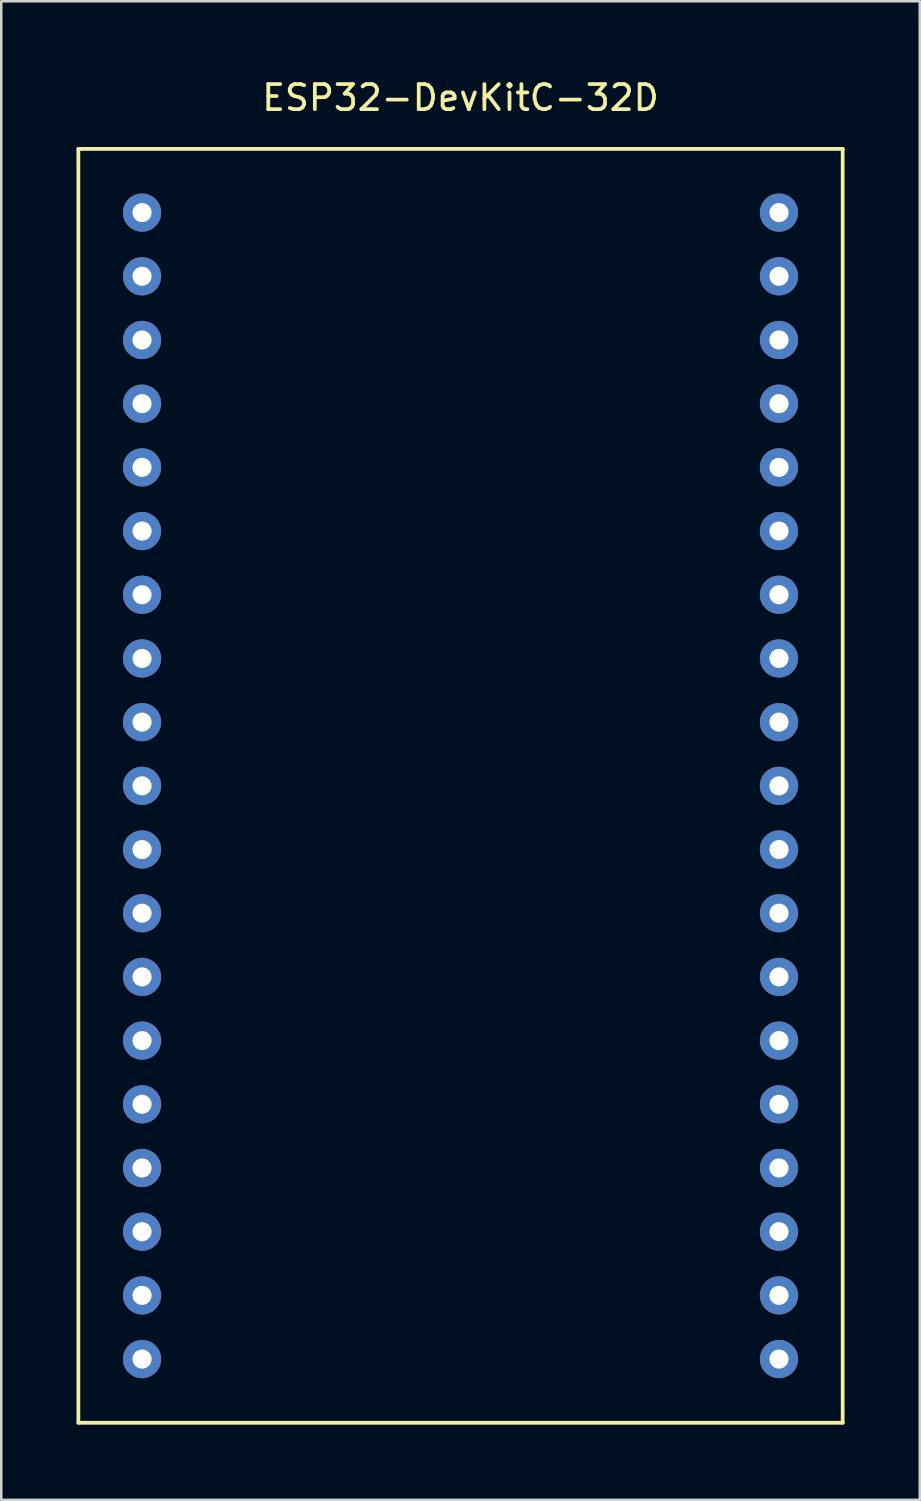
<source format=kicad_pcb>
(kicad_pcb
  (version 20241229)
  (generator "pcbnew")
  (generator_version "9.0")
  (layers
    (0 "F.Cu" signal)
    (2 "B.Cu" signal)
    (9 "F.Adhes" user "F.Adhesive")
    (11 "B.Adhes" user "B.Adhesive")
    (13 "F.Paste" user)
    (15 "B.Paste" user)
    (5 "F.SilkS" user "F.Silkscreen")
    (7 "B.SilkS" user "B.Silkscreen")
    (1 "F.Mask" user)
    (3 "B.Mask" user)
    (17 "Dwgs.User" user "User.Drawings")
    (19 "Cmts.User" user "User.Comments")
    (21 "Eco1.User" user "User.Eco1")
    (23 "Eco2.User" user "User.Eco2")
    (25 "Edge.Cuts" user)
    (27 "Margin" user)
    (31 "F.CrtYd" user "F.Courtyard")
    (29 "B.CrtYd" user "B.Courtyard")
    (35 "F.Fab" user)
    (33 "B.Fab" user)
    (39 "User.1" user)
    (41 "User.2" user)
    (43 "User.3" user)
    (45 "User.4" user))
  (footprint "ESP32-DevKitC-32D"
    (layer "F.Cu")
    (at 15.315 0.348)
    (property "Reference" "ESP32-DevKitC-32D" (at 0 0.5 0) (layer "F.SilkS") (effects (font (size 1 1) (thickness 0.15))))
    (attr through_hole)
    (fp_line (start -15.24 2.54) (end 15.24 2.54) (stroke (width 0.15) (type solid)) (layer "F.SilkS"))
    (fp_line (start -15.24 53.34) (end -15.24 2.54) (stroke (width 0.15) (type solid)) (layer "F.SilkS"))
    (fp_line (start 15.24 2.54) (end 15.24 53.34) (stroke (width 0.15) (type solid)) (layer "F.SilkS"))
    (fp_line (start 15.24 53.34) (end -15.24 53.34) (stroke (width 0.15) (type solid)) (layer "F.SilkS"))
    (pad "1" thru_hole circle (at -12.7 5.08) (size 1.524 1.524) (drill 0.762) (layers "*.Cu" "*.Mask"))
    (pad "2" thru_hole circle (at -12.7 7.62) (size 1.524 1.524) (drill 0.762) (layers "*.Cu" "*.Mask"))
    (pad "3" thru_hole circle (at -12.7 10.16) (size 1.524 1.524) (drill 0.762) (layers "*.Cu" "*.Mask"))
    (pad "4" thru_hole circle (at -12.7 12.7) (size 1.524 1.524) (drill 0.762) (layers "*.Cu" "*.Mask"))
    (pad "5" thru_hole circle (at -12.7 15.24) (size 1.524 1.524) (drill 0.762) (layers "*.Cu" "*.Mask"))
    (pad "6" thru_hole circle (at -12.7 17.78) (size 1.524 1.524) (drill 0.762) (layers "*.Cu" "*.Mask"))
    (pad "7" thru_hole circle (at -12.7 20.32) (size 1.524 1.524) (drill 0.762) (layers "*.Cu" "*.Mask"))
    (pad "8" thru_hole circle (at -12.7 22.86) (size 1.524 1.524) (drill 0.762) (layers "*.Cu" "*.Mask"))
    (pad "9" thru_hole circle (at -12.7 25.4) (size 1.524 1.524) (drill 0.762) (layers "*.Cu" "*.Mask"))
    (pad "10" thru_hole circle (at -12.7 27.94) (size 1.524 1.524) (drill 0.762) (layers "*.Cu" "*.Mask"))
    (pad "11" thru_hole circle (at -12.7 30.48) (size 1.524 1.524) (drill 0.762) (layers "*.Cu" "*.Mask"))
    (pad "12" thru_hole circle (at -12.7 33.02) (size 1.524 1.524) (drill 0.762) (layers "*.Cu" "*.Mask"))
    (pad "13" thru_hole circle (at -12.7 35.56) (size 1.524 1.524) (drill 0.762) (layers "*.Cu" "*.Mask"))
    (pad "14" thru_hole circle (at -12.7 38.1) (size 1.524 1.524) (drill 0.762) (layers "*.Cu" "*.Mask"))
    (pad "15" thru_hole circle (at -12.7 40.64) (size 1.524 1.524) (drill 0.762) (layers "*.Cu" "*.Mask"))
    (pad "16" thru_hole circle (at -12.7 43.18) (size 1.524 1.524) (drill 0.762) (layers "*.Cu" "*.Mask"))
    (pad "17" thru_hole circle (at -12.7 45.72) (size 1.524 1.524) (drill 0.762) (layers "*.Cu" "*.Mask"))
    (pad "18" thru_hole circle (at -12.7 48.26) (size 1.524 1.524) (drill 0.762) (layers "*.Cu" "*.Mask"))
    (pad "19" thru_hole circle (at -12.7 50.8) (size 1.524 1.524) (drill 0.762) (layers "*.Cu" "*.Mask"))
    (pad "20" thru_hole circle (at 12.7 5.08) (size 1.524 1.524) (drill 0.762) (layers "*.Cu" "*.Mask"))
    (pad "21" thru_hole circle (at 12.7 7.62) (size 1.524 1.524) (drill 0.762) (layers "*.Cu" "*.Mask"))
    (pad "22" thru_hole circle (at 12.7 10.16) (size 1.524 1.524) (drill 0.762) (layers "*.Cu" "*.Mask"))
    (pad "23" thru_hole circle (at 12.7 12.7) (size 1.524 1.524) (drill 0.762) (layers "*.Cu" "*.Mask"))
    (pad "24" thru_hole circle (at 12.7 15.24) (size 1.524 1.524) (drill 0.762) (layers "*.Cu" "*.Mask"))
    (pad "25" thru_hole circle (at 12.7 17.78) (size 1.524 1.524) (drill 0.762) (layers "*.Cu" "*.Mask"))
    (pad "26" thru_hole circle (at 12.7 20.32) (size 1.524 1.524) (drill 0.762) (layers "*.Cu" "*.Mask"))
    (pad "27" thru_hole circle (at 12.7 22.86) (size 1.524 1.524) (drill 0.762) (layers "*.Cu" "*.Mask"))
    (pad "28" thru_hole circle (at 12.7 25.4) (size 1.524 1.524) (drill 0.762) (layers "*.Cu" "*.Mask"))
    (pad "29" thru_hole circle (at 12.7 27.94) (size 1.524 1.524) (drill 0.762) (layers "*.Cu" "*.Mask"))
    (pad "30" thru_hole circle (at 12.7 30.48) (size 1.524 1.524) (drill 0.762) (layers "*.Cu" "*.Mask"))
    (pad "31" thru_hole circle (at 12.7 33.02) (size 1.524 1.524) (drill 0.762) (layers "*.Cu" "*.Mask"))
    (pad "32" thru_hole circle (at 12.7 35.56) (size 1.524 1.524) (drill 0.762) (layers "*.Cu" "*.Mask"))
    (pad "33" thru_hole circle (at 12.7 38.1) (size 1.524 1.524) (drill 0.762) (layers "*.Cu" "*.Mask"))
    (pad "34" thru_hole circle (at 12.7 40.64) (size 1.524 1.524) (drill 0.762) (layers "*.Cu" "*.Mask"))
    (pad "35" thru_hole circle (at 12.7 43.18) (size 1.524 1.524) (drill 0.762) (layers "*.Cu" "*.Mask"))
    (pad "36" thru_hole circle (at 12.7 45.72) (size 1.524 1.524) (drill 0.762) (layers "*.Cu" "*.Mask"))
    (pad "37" thru_hole circle (at 12.7 48.26) (size 1.524 1.524) (drill 0.762) (layers "*.Cu" "*.Mask"))
    (pad "38" thru_hole circle (at 12.7 50.8) (size 1.524 1.524) (drill 0.762) (layers "*.Cu" "*.Mask")))
  (gr_rect
    (start -3 -3)
    (end 33.63 56.763)
    (stroke (width 0.1) (type default))
    (fill no)
    (layer "Edge.Cuts")))
</source>
